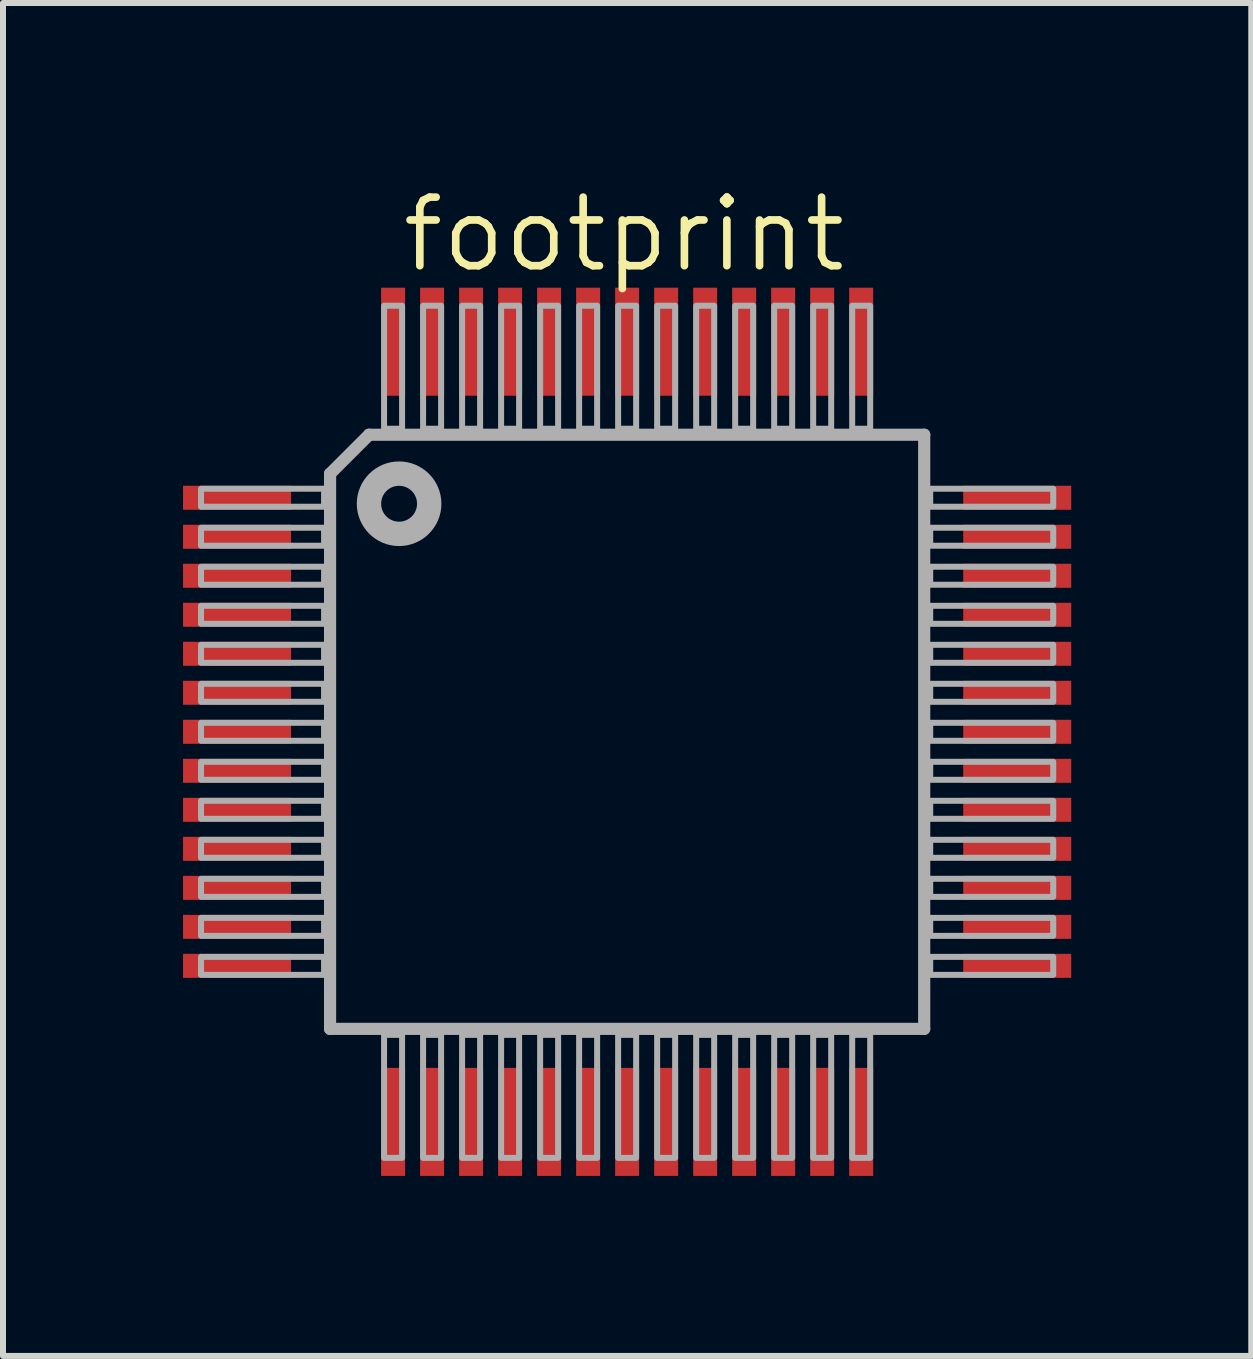
<source format=kicad_pcb>
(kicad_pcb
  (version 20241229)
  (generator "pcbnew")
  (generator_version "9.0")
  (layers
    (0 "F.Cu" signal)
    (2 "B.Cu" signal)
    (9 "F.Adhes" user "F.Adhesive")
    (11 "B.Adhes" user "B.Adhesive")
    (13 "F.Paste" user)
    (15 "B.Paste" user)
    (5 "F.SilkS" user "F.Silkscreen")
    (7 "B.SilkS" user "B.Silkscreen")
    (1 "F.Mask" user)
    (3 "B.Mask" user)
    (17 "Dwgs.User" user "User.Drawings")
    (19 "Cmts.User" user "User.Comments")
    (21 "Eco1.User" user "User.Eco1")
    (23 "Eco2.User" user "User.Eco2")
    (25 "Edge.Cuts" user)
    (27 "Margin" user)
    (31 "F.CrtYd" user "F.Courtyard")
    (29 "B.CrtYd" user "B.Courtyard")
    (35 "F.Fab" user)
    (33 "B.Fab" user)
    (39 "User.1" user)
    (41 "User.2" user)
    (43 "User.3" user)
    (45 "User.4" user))
  (footprint "footprint"
    (layer "F.Cu")
    (at 7.4 9.144)
    (property "Reference" "footprint" (at -3.81 -7.62 0) (layer "F.SilkS") (effects (font (size 1.143 1.143) (thickness 0.127)) (justify left bottom)))
    (fp_line (start -4.95 -4.3) (end -4.3 -4.95) (stroke (width 0.203) (type solid)) (layer "F.Fab"))
    (fp_line (start -4.95 4.95) (end -4.95 -4.3) (stroke (width 0.203) (type solid)) (layer "F.Fab"))
    (fp_line (start -4.3 -4.95) (end 4.95 -4.95) (stroke (width 0.203) (type solid)) (layer "F.Fab"))
    (fp_line (start 4.95 -4.95) (end 4.95 4.95) (stroke (width 0.203) (type solid)) (layer "F.Fab"))
    (fp_line (start 4.95 4.95) (end -4.95 4.95) (stroke (width 0.203) (type solid)) (layer "F.Fab"))
    (fp_circle (center -3.8 -3.8) (end -3.298 -3.8) (stroke (width 0.406) (type solid)) (fill no) (layer "F.Fab"))
    (fp_poly (pts (xy -7.1 -3.75) (xy -5.05 -3.75) (xy -5.05 -4.05) (xy -7.1 -4.05)) (stroke (width 0.1) (type solid)) (fill no) (layer "F.Fab"))
    (fp_poly (pts (xy -7.1 -3.1) (xy -5.05 -3.1) (xy -5.05 -3.4) (xy -7.1 -3.4)) (stroke (width 0.1) (type solid)) (fill no) (layer "F.Fab"))
    (fp_poly (pts (xy -7.1 -2.45) (xy -5.05 -2.45) (xy -5.05 -2.75) (xy -7.1 -2.75)) (stroke (width 0.1) (type solid)) (fill no) (layer "F.Fab"))
    (fp_poly (pts (xy -7.1 -1.8) (xy -5.05 -1.8) (xy -5.05 -2.1) (xy -7.1 -2.1)) (stroke (width 0.1) (type solid)) (fill no) (layer "F.Fab"))
    (fp_poly (pts (xy -7.1 -1.15) (xy -5.05 -1.15) (xy -5.05 -1.45) (xy -7.1 -1.45)) (stroke (width 0.1) (type solid)) (fill no) (layer "F.Fab"))
    (fp_poly (pts (xy -7.1 -0.5) (xy -5.05 -0.5) (xy -5.05 -0.8) (xy -7.1 -0.8)) (stroke (width 0.1) (type solid)) (fill no) (layer "F.Fab"))
    (fp_poly (pts (xy -7.1 0.15) (xy -5.05 0.15) (xy -5.05 -0.15) (xy -7.1 -0.15)) (stroke (width 0.1) (type solid)) (fill no) (layer "F.Fab"))
    (fp_poly (pts (xy -7.1 0.8) (xy -5.05 0.8) (xy -5.05 0.5) (xy -7.1 0.5)) (stroke (width 0.1) (type solid)) (fill no) (layer "F.Fab"))
    (fp_poly (pts (xy -7.1 1.45) (xy -5.05 1.45) (xy -5.05 1.15) (xy -7.1 1.15)) (stroke (width 0.1) (type solid)) (fill no) (layer "F.Fab"))
    (fp_poly (pts (xy -7.1 2.1) (xy -5.05 2.1) (xy -5.05 1.8) (xy -7.1 1.8)) (stroke (width 0.1) (type solid)) (fill no) (layer "F.Fab"))
    (fp_poly (pts (xy -7.1 2.75) (xy -5.05 2.75) (xy -5.05 2.45) (xy -7.1 2.45)) (stroke (width 0.1) (type solid)) (fill no) (layer "F.Fab"))
    (fp_poly (pts (xy -7.1 3.4) (xy -5.05 3.4) (xy -5.05 3.1) (xy -7.1 3.1)) (stroke (width 0.1) (type solid)) (fill no) (layer "F.Fab"))
    (fp_poly (pts (xy -7.1 4.05) (xy -5.05 4.05) (xy -5.05 3.75) (xy -7.1 3.75)) (stroke (width 0.1) (type solid)) (fill no) (layer "F.Fab"))
    (fp_poly (pts (xy -4.05 -5.05) (xy -3.75 -5.05) (xy -3.75 -7.1) (xy -4.05 -7.1)) (stroke (width 0.1) (type solid)) (fill no) (layer "F.Fab"))
    (fp_poly (pts (xy -4.05 7.1) (xy -3.75 7.1) (xy -3.75 5.05) (xy -4.05 5.05)) (stroke (width 0.1) (type solid)) (fill no) (layer "F.Fab"))
    (fp_poly (pts (xy -3.4 -5.05) (xy -3.1 -5.05) (xy -3.1 -7.1) (xy -3.4 -7.1)) (stroke (width 0.1) (type solid)) (fill no) (layer "F.Fab"))
    (fp_poly (pts (xy -3.4 7.1) (xy -3.1 7.1) (xy -3.1 5.05) (xy -3.4 5.05)) (stroke (width 0.1) (type solid)) (fill no) (layer "F.Fab"))
    (fp_poly (pts (xy -2.75 -5.05) (xy -2.45 -5.05) (xy -2.45 -7.1) (xy -2.75 -7.1)) (stroke (width 0.1) (type solid)) (fill no) (layer "F.Fab"))
    (fp_poly (pts (xy -2.75 7.1) (xy -2.45 7.1) (xy -2.45 5.05) (xy -2.75 5.05)) (stroke (width 0.1) (type solid)) (fill no) (layer "F.Fab"))
    (fp_poly (pts (xy -2.1 -5.05) (xy -1.8 -5.05) (xy -1.8 -7.1) (xy -2.1 -7.1)) (stroke (width 0.1) (type solid)) (fill no) (layer "F.Fab"))
    (fp_poly (pts (xy -2.1 7.1) (xy -1.8 7.1) (xy -1.8 5.05) (xy -2.1 5.05)) (stroke (width 0.1) (type solid)) (fill no) (layer "F.Fab"))
    (fp_poly (pts (xy -1.45 -5.05) (xy -1.15 -5.05) (xy -1.15 -7.1) (xy -1.45 -7.1)) (stroke (width 0.1) (type solid)) (fill no) (layer "F.Fab"))
    (fp_poly (pts (xy -1.45 7.1) (xy -1.15 7.1) (xy -1.15 5.05) (xy -1.45 5.05)) (stroke (width 0.1) (type solid)) (fill no) (layer "F.Fab"))
    (fp_poly (pts (xy -0.8 -5.05) (xy -0.5 -5.05) (xy -0.5 -7.1) (xy -0.8 -7.1)) (stroke (width 0.1) (type solid)) (fill no) (layer "F.Fab"))
    (fp_poly (pts (xy -0.8 7.1) (xy -0.5 7.1) (xy -0.5 5.05) (xy -0.8 5.05)) (stroke (width 0.1) (type solid)) (fill no) (layer "F.Fab"))
    (fp_poly (pts (xy -0.15 -5.05) (xy 0.15 -5.05) (xy 0.15 -7.1) (xy -0.15 -7.1)) (stroke (width 0.1) (type solid)) (fill no) (layer "F.Fab"))
    (fp_poly (pts (xy -0.15 7.1) (xy 0.15 7.1) (xy 0.15 5.05) (xy -0.15 5.05)) (stroke (width 0.1) (type solid)) (fill no) (layer "F.Fab"))
    (fp_poly (pts (xy 0.5 -5.05) (xy 0.8 -5.05) (xy 0.8 -7.1) (xy 0.5 -7.1)) (stroke (width 0.1) (type solid)) (fill no) (layer "F.Fab"))
    (fp_poly (pts (xy 0.5 7.1) (xy 0.8 7.1) (xy 0.8 5.05) (xy 0.5 5.05)) (stroke (width 0.1) (type solid)) (fill no) (layer "F.Fab"))
    (fp_poly (pts (xy 1.15 -5.05) (xy 1.45 -5.05) (xy 1.45 -7.1) (xy 1.15 -7.1)) (stroke (width 0.1) (type solid)) (fill no) (layer "F.Fab"))
    (fp_poly (pts (xy 1.15 7.1) (xy 1.45 7.1) (xy 1.45 5.05) (xy 1.15 5.05)) (stroke (width 0.1) (type solid)) (fill no) (layer "F.Fab"))
    (fp_poly (pts (xy 1.8 -5.05) (xy 2.1 -5.05) (xy 2.1 -7.1) (xy 1.8 -7.1)) (stroke (width 0.1) (type solid)) (fill no) (layer "F.Fab"))
    (fp_poly (pts (xy 1.8 7.1) (xy 2.1 7.1) (xy 2.1 5.05) (xy 1.8 5.05)) (stroke (width 0.1) (type solid)) (fill no) (layer "F.Fab"))
    (fp_poly (pts (xy 2.45 -5.05) (xy 2.75 -5.05) (xy 2.75 -7.1) (xy 2.45 -7.1)) (stroke (width 0.1) (type solid)) (fill no) (layer "F.Fab"))
    (fp_poly (pts (xy 2.45 7.1) (xy 2.75 7.1) (xy 2.75 5.05) (xy 2.45 5.05)) (stroke (width 0.1) (type solid)) (fill no) (layer "F.Fab"))
    (fp_poly (pts (xy 3.1 -5.05) (xy 3.4 -5.05) (xy 3.4 -7.1) (xy 3.1 -7.1)) (stroke (width 0.1) (type solid)) (fill no) (layer "F.Fab"))
    (fp_poly (pts (xy 3.1 7.1) (xy 3.4 7.1) (xy 3.4 5.05) (xy 3.1 5.05)) (stroke (width 0.1) (type solid)) (fill no) (layer "F.Fab"))
    (fp_poly (pts (xy 3.75 -5.05) (xy 4.05 -5.05) (xy 4.05 -7.1) (xy 3.75 -7.1)) (stroke (width 0.1) (type solid)) (fill no) (layer "F.Fab"))
    (fp_poly (pts (xy 3.75 7.1) (xy 4.05 7.1) (xy 4.05 5.05) (xy 3.75 5.05)) (stroke (width 0.1) (type solid)) (fill no) (layer "F.Fab"))
    (fp_poly (pts (xy 5.05 -3.75) (xy 7.1 -3.75) (xy 7.1 -4.05) (xy 5.05 -4.05)) (stroke (width 0.1) (type solid)) (fill no) (layer "F.Fab"))
    (fp_poly (pts (xy 5.05 -3.1) (xy 7.1 -3.1) (xy 7.1 -3.4) (xy 5.05 -3.4)) (stroke (width 0.1) (type solid)) (fill no) (layer "F.Fab"))
    (fp_poly (pts (xy 5.05 -2.45) (xy 7.1 -2.45) (xy 7.1 -2.75) (xy 5.05 -2.75)) (stroke (width 0.1) (type solid)) (fill no) (layer "F.Fab"))
    (fp_poly (pts (xy 5.05 -1.8) (xy 7.1 -1.8) (xy 7.1 -2.1) (xy 5.05 -2.1)) (stroke (width 0.1) (type solid)) (fill no) (layer "F.Fab"))
    (fp_poly (pts (xy 5.05 -1.15) (xy 7.1 -1.15) (xy 7.1 -1.45) (xy 5.05 -1.45)) (stroke (width 0.1) (type solid)) (fill no) (layer "F.Fab"))
    (fp_poly (pts (xy 5.05 -0.5) (xy 7.1 -0.5) (xy 7.1 -0.8) (xy 5.05 -0.8)) (stroke (width 0.1) (type solid)) (fill no) (layer "F.Fab"))
    (fp_poly (pts (xy 5.05 0.15) (xy 7.1 0.15) (xy 7.1 -0.15) (xy 5.05 -0.15)) (stroke (width 0.1) (type solid)) (fill no) (layer "F.Fab"))
    (fp_poly (pts (xy 5.05 0.8) (xy 7.1 0.8) (xy 7.1 0.5) (xy 5.05 0.5)) (stroke (width 0.1) (type solid)) (fill no) (layer "F.Fab"))
    (fp_poly (pts (xy 5.05 1.45) (xy 7.1 1.45) (xy 7.1 1.15) (xy 5.05 1.15)) (stroke (width 0.1) (type solid)) (fill no) (layer "F.Fab"))
    (fp_poly (pts (xy 5.05 2.1) (xy 7.1 2.1) (xy 7.1 1.8) (xy 5.05 1.8)) (stroke (width 0.1) (type solid)) (fill no) (layer "F.Fab"))
    (fp_poly (pts (xy 5.05 2.75) (xy 7.1 2.75) (xy 7.1 2.45) (xy 5.05 2.45)) (stroke (width 0.1) (type solid)) (fill no) (layer "F.Fab"))
    (fp_poly (pts (xy 5.05 3.4) (xy 7.1 3.4) (xy 7.1 3.1) (xy 5.05 3.1)) (stroke (width 0.1) (type solid)) (fill no) (layer "F.Fab"))
    (fp_poly (pts (xy 5.05 4.05) (xy 7.1 4.05) (xy 7.1 3.75) (xy 5.05 3.75)) (stroke (width 0.1) (type solid)) (fill no) (layer "F.Fab"))
    (pad "1" smd rect (at -6.5 -3.9) (size 1.8 0.4) (layers "F.Cu" "F.Mask" "F.Paste"))
    (pad "2" smd rect (at -6.5 -3.25) (size 1.8 0.4) (layers "F.Cu" "F.Mask" "F.Paste"))
    (pad "3" smd rect (at -6.5 -2.6) (size 1.8 0.4) (layers "F.Cu" "F.Mask" "F.Paste"))
    (pad "4" smd rect (at -6.5 -1.95) (size 1.8 0.4) (layers "F.Cu" "F.Mask" "F.Paste"))
    (pad "5" smd rect (at -6.5 -1.3) (size 1.8 0.4) (layers "F.Cu" "F.Mask" "F.Paste"))
    (pad "6" smd rect (at -6.5 -0.65) (size 1.8 0.4) (layers "F.Cu" "F.Mask" "F.Paste"))
    (pad "7" smd rect (at -6.5 0) (size 1.8 0.4) (layers "F.Cu" "F.Mask" "F.Paste"))
    (pad "8" smd rect (at -6.5 0.65) (size 1.8 0.4) (layers "F.Cu" "F.Mask" "F.Paste"))
    (pad "9" smd rect (at -6.5 1.3) (size 1.8 0.4) (layers "F.Cu" "F.Mask" "F.Paste"))
    (pad "10" smd rect (at -6.5 1.95) (size 1.8 0.4) (layers "F.Cu" "F.Mask" "F.Paste"))
    (pad "11" smd rect (at -6.5 2.6) (size 1.8 0.4) (layers "F.Cu" "F.Mask" "F.Paste"))
    (pad "12" smd rect (at -6.5 3.25) (size 1.8 0.4) (layers "F.Cu" "F.Mask" "F.Paste"))
    (pad "13" smd rect (at -6.5 3.9) (size 1.8 0.4) (layers "F.Cu" "F.Mask" "F.Paste"))
    (pad "14" smd rect (at -3.9 6.5) (size 0.4 1.8) (layers "F.Cu" "F.Mask" "F.Paste"))
    (pad "15" smd rect (at -3.25 6.5) (size 0.4 1.8) (layers "F.Cu" "F.Mask" "F.Paste"))
    (pad "16" smd rect (at -2.6 6.5) (size 0.4 1.8) (layers "F.Cu" "F.Mask" "F.Paste"))
    (pad "17" smd rect (at -1.95 6.5) (size 0.4 1.8) (layers "F.Cu" "F.Mask" "F.Paste"))
    (pad "18" smd rect (at -1.3 6.5) (size 0.4 1.8) (layers "F.Cu" "F.Mask" "F.Paste"))
    (pad "19" smd rect (at -0.65 6.5) (size 0.4 1.8) (layers "F.Cu" "F.Mask" "F.Paste"))
    (pad "20" smd rect (at 0 6.5) (size 0.4 1.8) (layers "F.Cu" "F.Mask" "F.Paste"))
    (pad "21" smd rect (at 0.65 6.5) (size 0.4 1.8) (layers "F.Cu" "F.Mask" "F.Paste"))
    (pad "22" smd rect (at 1.3 6.5) (size 0.4 1.8) (layers "F.Cu" "F.Mask" "F.Paste"))
    (pad "23" smd rect (at 1.95 6.5) (size 0.4 1.8) (layers "F.Cu" "F.Mask" "F.Paste"))
    (pad "24" smd rect (at 2.6 6.5) (size 0.4 1.8) (layers "F.Cu" "F.Mask" "F.Paste"))
    (pad "25" smd rect (at 3.25 6.5) (size 0.4 1.8) (layers "F.Cu" "F.Mask" "F.Paste"))
    (pad "26" smd rect (at 3.9 6.5) (size 0.4 1.8) (layers "F.Cu" "F.Mask" "F.Paste"))
    (pad "27" smd rect (at 6.5 3.9) (size 1.8 0.4) (layers "F.Cu" "F.Mask" "F.Paste"))
    (pad "28" smd rect (at 6.5 3.25) (size 1.8 0.4) (layers "F.Cu" "F.Mask" "F.Paste"))
    (pad "29" smd rect (at 6.5 2.6) (size 1.8 0.4) (layers "F.Cu" "F.Mask" "F.Paste"))
    (pad "30" smd rect (at 6.5 1.95) (size 1.8 0.4) (layers "F.Cu" "F.Mask" "F.Paste"))
    (pad "31" smd rect (at 6.5 1.3) (size 1.8 0.4) (layers "F.Cu" "F.Mask" "F.Paste"))
    (pad "32" smd rect (at 6.5 0.65) (size 1.8 0.4) (layers "F.Cu" "F.Mask" "F.Paste"))
    (pad "33" smd rect (at 6.5 0) (size 1.8 0.4) (layers "F.Cu" "F.Mask" "F.Paste"))
    (pad "34" smd rect (at 6.5 -0.65) (size 1.8 0.4) (layers "F.Cu" "F.Mask" "F.Paste"))
    (pad "35" smd rect (at 6.5 -1.3) (size 1.8 0.4) (layers "F.Cu" "F.Mask" "F.Paste"))
    (pad "36" smd rect (at 6.5 -1.95) (size 1.8 0.4) (layers "F.Cu" "F.Mask" "F.Paste"))
    (pad "37" smd rect (at 6.5 -2.6) (size 1.8 0.4) (layers "F.Cu" "F.Mask" "F.Paste"))
    (pad "38" smd rect (at 6.5 -3.25) (size 1.8 0.4) (layers "F.Cu" "F.Mask" "F.Paste"))
    (pad "39" smd rect (at 6.5 -3.9) (size 1.8 0.4) (layers "F.Cu" "F.Mask" "F.Paste"))
    (pad "40" smd rect (at 3.9 -6.5) (size 0.4 1.8) (layers "F.Cu" "F.Mask" "F.Paste"))
    (pad "41" smd rect (at 3.25 -6.5) (size 0.4 1.8) (layers "F.Cu" "F.Mask" "F.Paste"))
    (pad "42" smd rect (at 2.6 -6.5) (size 0.4 1.8) (layers "F.Cu" "F.Mask" "F.Paste"))
    (pad "43" smd rect (at 1.95 -6.5) (size 0.4 1.8) (layers "F.Cu" "F.Mask" "F.Paste"))
    (pad "44" smd rect (at 1.3 -6.5) (size 0.4 1.8) (layers "F.Cu" "F.Mask" "F.Paste"))
    (pad "45" smd rect (at 0.65 -6.5) (size 0.4 1.8) (layers "F.Cu" "F.Mask" "F.Paste"))
    (pad "46" smd rect (at 0 -6.5) (size 0.4 1.8) (layers "F.Cu" "F.Mask" "F.Paste"))
    (pad "47" smd rect (at -0.65 -6.5) (size 0.4 1.8) (layers "F.Cu" "F.Mask" "F.Paste"))
    (pad "48" smd rect (at -1.3 -6.5) (size 0.4 1.8) (layers "F.Cu" "F.Mask" "F.Paste"))
    (pad "49" smd rect (at -1.95 -6.5) (size 0.4 1.8) (layers "F.Cu" "F.Mask" "F.Paste"))
    (pad "50" smd rect (at -2.6 -6.5) (size 0.4 1.8) (layers "F.Cu" "F.Mask" "F.Paste"))
    (pad "51" smd rect (at -3.25 -6.5) (size 0.4 1.8) (layers "F.Cu" "F.Mask" "F.Paste"))
    (pad "52" smd rect (at -3.9 -6.5) (size 0.4 1.8) (layers "F.Cu" "F.Mask" "F.Paste")))
  (gr_rect
    (start -3 -3)
    (end 17.8 19.544)
    (stroke (width 0.1) (type default))
    (fill no)
    (layer "Edge.Cuts")))
</source>
